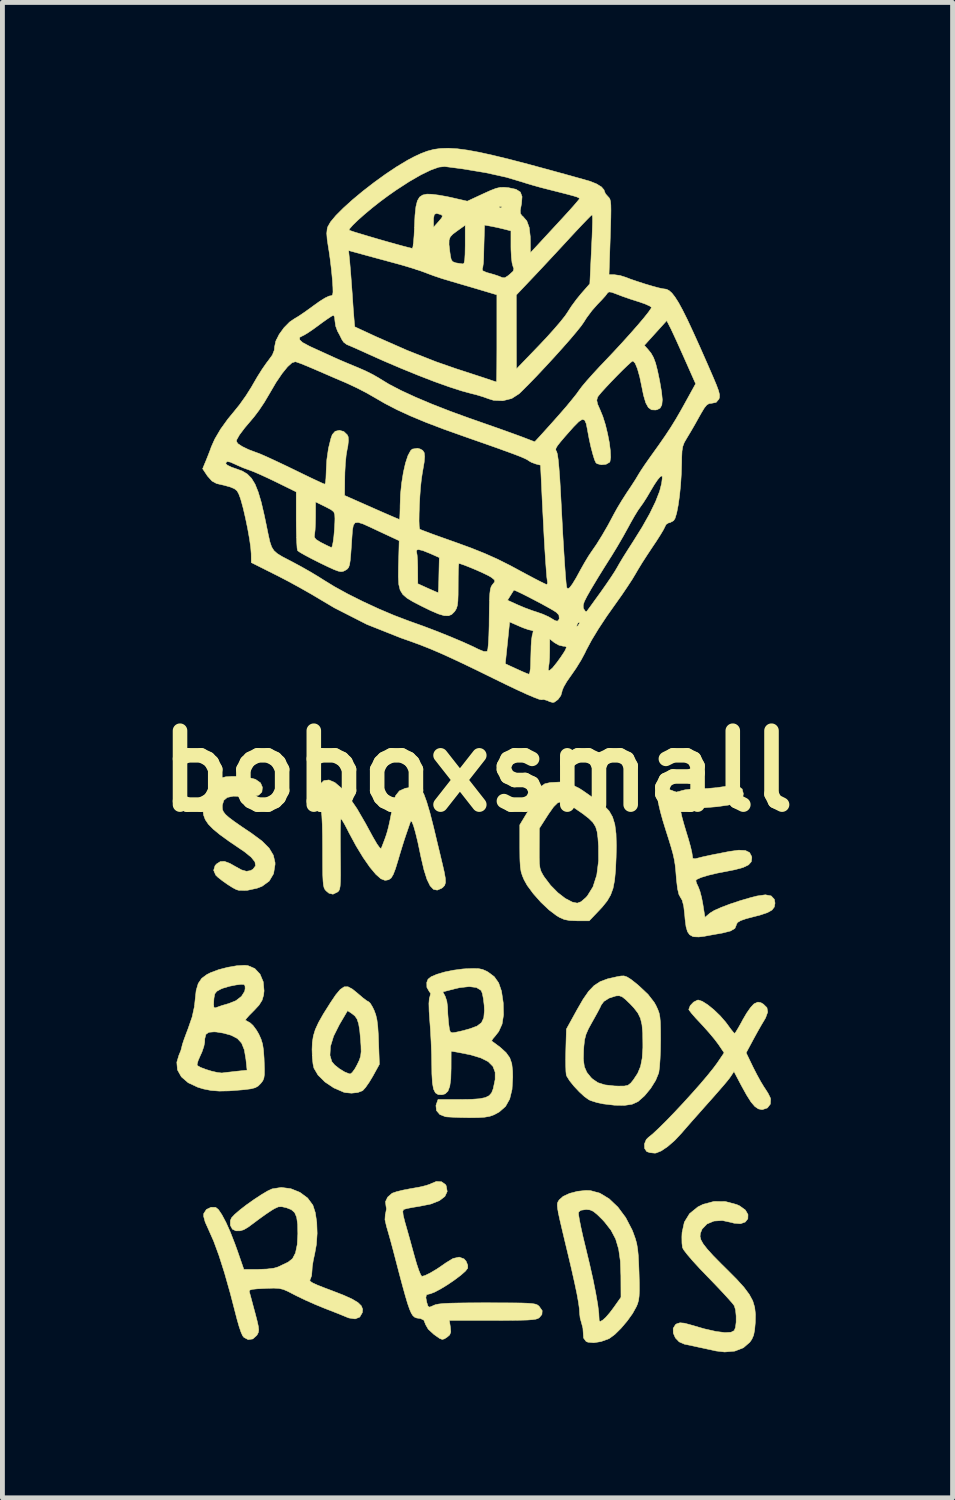
<source format=kicad_pcb>
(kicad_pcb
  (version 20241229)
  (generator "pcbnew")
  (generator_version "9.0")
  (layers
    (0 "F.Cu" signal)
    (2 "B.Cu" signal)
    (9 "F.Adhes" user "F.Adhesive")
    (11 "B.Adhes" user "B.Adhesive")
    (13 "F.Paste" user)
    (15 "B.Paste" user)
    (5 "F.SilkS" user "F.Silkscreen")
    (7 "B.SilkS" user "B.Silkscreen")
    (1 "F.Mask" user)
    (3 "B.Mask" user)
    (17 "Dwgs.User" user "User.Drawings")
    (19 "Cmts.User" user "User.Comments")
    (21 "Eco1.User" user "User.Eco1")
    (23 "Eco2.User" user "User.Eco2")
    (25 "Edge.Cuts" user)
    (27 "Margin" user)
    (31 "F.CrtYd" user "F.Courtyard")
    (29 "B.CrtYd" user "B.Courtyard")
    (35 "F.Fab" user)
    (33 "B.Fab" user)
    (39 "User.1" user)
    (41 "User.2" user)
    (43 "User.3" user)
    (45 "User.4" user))
  (footprint "boboxsmall"
    (layer "F.Cu")
    (at 6.793 12.846)
    (property "Reference" "boboxsmall" (at 0 0 0) (layer "F.SilkS") (effects (font (size 1.524 1.524) (thickness 0.3))))
    (attr through_hole)
    (fp_poly (pts (xy -4.747 0.124) (xy -4.577 0.168) (xy -4.472 0.242) (xy -4.434 0.332) (xy -4.445 0.429) (xy -4.508 0.492) (xy -4.628 0.522) (xy -4.81 0.523) (xy -4.851 0.52) (xy -5.034 0.515) (xy -5.158 0.541) (xy -5.23 0.601) (xy -5.26 0.7) (xy -5.261 0.742) (xy -5.257 0.791) (xy -5.237 0.838) (xy -5.196 0.891) (xy -5.124 0.955) (xy -5.015 1.037) (xy -4.86 1.145) (xy -4.652 1.285) (xy -4.648 1.288) (xy -4.439 1.443) (xy -4.295 1.588) (xy -4.209 1.732) (xy -4.174 1.882) (xy -4.173 1.92) (xy -4.204 2.113) (xy -4.294 2.265) (xy -4.442 2.373) (xy -4.543 2.412) (xy -4.755 2.458) (xy -4.919 2.456) (xy -4.971 2.441) (xy -5.047 2.401) (xy -5.153 2.334) (xy -5.263 2.256) (xy -5.353 2.185) (xy -5.396 2.143) (xy -5.439 2.043) (xy -5.41 1.947) (xy -5.377 1.911) (xy -5.301 1.863) (xy -5.216 1.859) (xy -5.106 1.9) (xy -5.002 1.959) (xy -4.864 2.035) (xy -4.762 2.064) (xy -4.678 2.049) (xy -4.628 2.02) (xy -4.576 1.951) (xy -4.588 1.869) (xy -4.667 1.771) (xy -4.814 1.653) (xy -4.871 1.615) (xy -5.117 1.448) (xy -5.308 1.31) (xy -5.449 1.194) (xy -5.548 1.093) (xy -5.612 0.998) (xy -5.647 0.904) (xy -5.66 0.802) (xy -5.66 0.77) (xy -5.635 0.572) (xy -5.553 0.401) (xy -5.412 0.245) (xy -5.332 0.176) (xy -5.266 0.136) (xy -5.191 0.116) (xy -5.082 0.109) (xy -4.98 0.109) (xy -4.747 0.124)) (stroke (width 0.01) (type solid)) (fill yes) (layer "F.SilkS"))
    (fp_poly (pts (xy -2.579 4.492) (xy -2.466 4.584) (xy -2.464 4.586) (xy -2.366 4.67) (xy -2.287 4.73) (xy -2.244 4.753) (xy -2.244 4.753) (xy -2.211 4.784) (xy -2.164 4.862) (xy -2.133 4.926) (xy -2.098 5.019) (xy -2.073 5.126) (xy -2.056 5.263) (xy -2.044 5.449) (xy -2.04 5.57) (xy -2.023 6.042) (xy -2.158 6.287) (xy -2.234 6.413) (xy -2.308 6.519) (xy -2.365 6.582) (xy -2.37 6.586) (xy -2.467 6.623) (xy -2.597 6.637) (xy -2.726 6.625) (xy -2.758 6.617) (xy -2.963 6.528) (xy -3.145 6.406) (xy -3.288 6.264) (xy -3.372 6.121) (xy -3.391 6.035) (xy -3.405 5.903) (xy -3.407 5.857) (xy -3.042 5.857) (xy -3.004 5.986) (xy -2.944 6.057) (xy -2.847 6.134) (xy -2.739 6.2) (xy -2.646 6.237) (xy -2.622 6.241) (xy -2.583 6.211) (xy -2.527 6.134) (xy -2.482 6.052) (xy -2.435 5.954) (xy -2.409 5.872) (xy -2.399 5.782) (xy -2.402 5.66) (xy -2.41 5.542) (xy -2.428 5.345) (xy -2.451 5.206) (xy -2.483 5.11) (xy -2.529 5.044) (xy -2.588 4.997) (xy -2.679 4.937) (xy -2.848 5.224) (xy -2.967 5.462) (xy -3.032 5.675) (xy -3.042 5.857) (xy -3.407 5.857) (xy -3.41 5.753) (xy -3.411 5.74) (xy -3.405 5.591) (xy -3.384 5.458) (xy -3.344 5.326) (xy -3.277 5.18) (xy -3.178 5.005) (xy -3.041 4.788) (xy -3.037 4.781) (xy -2.922 4.61) (xy -2.829 4.499) (xy -2.749 4.445) (xy -2.669 4.444) (xy -2.579 4.492)) (stroke (width 0.01) (type solid)) (fill yes) (layer "F.SilkS"))
    (fp_poly (pts (xy 5.111 8.871) (xy 5.342 8.933) (xy 5.404 8.961) (xy 5.521 9.046) (xy 5.575 9.139) (xy 5.572 9.226) (xy 5.519 9.293) (xy 5.421 9.328) (xy 5.286 9.317) (xy 5.241 9.304) (xy 5.047 9.262) (xy 4.873 9.273) (xy 4.73 9.333) (xy 4.629 9.438) (xy 4.593 9.528) (xy 4.587 9.591) (xy 4.605 9.661) (xy 4.652 9.745) (xy 4.734 9.85) (xy 4.855 9.984) (xy 5.023 10.155) (xy 5.138 10.268) (xy 5.34 10.471) (xy 5.493 10.64) (xy 5.601 10.785) (xy 5.673 10.918) (xy 5.713 11.051) (xy 5.729 11.195) (xy 5.726 11.359) (xy 5.712 11.517) (xy 5.691 11.626) (xy 5.654 11.71) (xy 5.612 11.771) (xy 5.48 11.885) (xy 5.303 11.954) (xy 5.093 11.972) (xy 4.917 11.951) (xy 4.846 11.935) (xy 4.729 11.91) (xy 4.591 11.88) (xy 4.59 11.88) (xy 4.453 11.85) (xy 4.335 11.825) (xy 4.263 11.81) (xy 4.263 11.81) (xy 4.156 11.763) (xy 4.078 11.681) (xy 4.035 11.582) (xy 4.033 11.485) (xy 4.081 11.407) (xy 4.106 11.391) (xy 4.173 11.37) (xy 4.263 11.378) (xy 4.369 11.406) (xy 4.673 11.494) (xy 4.916 11.549) (xy 5.099 11.572) (xy 5.225 11.565) (xy 5.29 11.532) (xy 5.317 11.467) (xy 5.331 11.357) (xy 5.331 11.229) (xy 5.319 11.107) (xy 5.293 11.019) (xy 5.256 10.97) (xy 5.175 10.878) (xy 5.061 10.753) (xy 4.922 10.606) (xy 4.766 10.444) (xy 4.751 10.429) (xy 4.58 10.251) (xy 4.435 10.093) (xy 4.323 9.962) (xy 4.25 9.867) (xy 4.225 9.82) (xy 4.214 9.729) (xy 4.212 9.6) (xy 4.216 9.511) (xy 4.263 9.296) (xy 4.371 9.12) (xy 4.541 8.982) (xy 4.652 8.927) (xy 4.873 8.869) (xy 5.111 8.871)) (stroke (width 0.01) (type solid)) (fill yes) (layer "F.SilkS"))
    (fp_poly (pts (xy 1.908 0.261) (xy 2.101 0.356) (xy 2.182 0.409) (xy 2.302 0.493) (xy 2.408 0.566) (xy 2.478 0.614) (xy 2.48 0.615) (xy 2.612 0.714) (xy 2.712 0.82) (xy 2.783 0.944) (xy 2.83 1.097) (xy 2.855 1.29) (xy 2.862 1.535) (xy 2.857 1.773) (xy 2.845 2.041) (xy 2.825 2.25) (xy 2.793 2.416) (xy 2.743 2.553) (xy 2.671 2.676) (xy 2.572 2.799) (xy 2.508 2.868) (xy 2.302 3.084) (xy 2.049 3.084) (xy 1.899 3.078) (xy 1.791 3.058) (xy 1.694 3.016) (xy 1.633 2.98) (xy 1.473 2.859) (xy 1.306 2.701) (xy 1.15 2.525) (xy 1.023 2.353) (xy 0.961 2.242) (xy 0.924 2.155) (xy 0.898 2.072) (xy 0.883 1.976) (xy 0.875 1.85) (xy 0.873 1.781) (xy 1.272 1.781) (xy 1.276 1.908) (xy 1.288 1.998) (xy 1.31 2.067) (xy 1.346 2.134) (xy 1.374 2.179) (xy 1.505 2.352) (xy 1.655 2.504) (xy 1.809 2.623) (xy 1.955 2.699) (xy 2.056 2.72) (xy 2.134 2.691) (xy 2.23 2.608) (xy 2.264 2.571) (xy 2.38 2.384) (xy 2.458 2.14) (xy 2.495 1.848) (xy 2.494 1.545) (xy 2.482 1.376) (xy 2.465 1.247) (xy 2.434 1.145) (xy 2.379 1.057) (xy 2.293 0.972) (xy 2.166 0.874) (xy 1.99 0.753) (xy 1.933 0.715) (xy 1.821 0.649) (xy 1.731 0.626) (xy 1.651 0.653) (xy 1.568 0.735) (xy 1.469 0.875) (xy 1.448 0.907) (xy 1.274 1.179) (xy 1.272 1.599) (xy 1.272 1.781) (xy 0.873 1.781) (xy 0.872 1.677) (xy 0.871 1.578) (xy 0.871 1.107) (xy 1.054 0.803) (xy 1.139 0.657) (xy 1.216 0.52) (xy 1.271 0.413) (xy 1.287 0.379) (xy 1.328 0.302) (xy 1.387 0.26) (xy 1.49 0.236) (xy 1.505 0.234) (xy 1.717 0.223) (xy 1.908 0.261)) (stroke (width 0.01) (type solid)) (fill yes) (layer "F.SilkS"))
    (fp_poly (pts (xy 2.327 8.645) (xy 2.521 8.698) (xy 2.713 8.814) (xy 2.894 8.986) (xy 3.055 9.203) (xy 3.187 9.457) (xy 3.212 9.521) (xy 3.252 9.632) (xy 3.281 9.735) (xy 3.3 9.848) (xy 3.314 9.987) (xy 3.323 10.17) (xy 3.329 10.327) (xy 3.335 10.544) (xy 3.336 10.703) (xy 3.331 10.818) (xy 3.32 10.904) (xy 3.3 10.976) (xy 3.276 11.034) (xy 3.197 11.177) (xy 3.086 11.332) (xy 2.959 11.482) (xy 2.832 11.608) (xy 2.72 11.691) (xy 2.702 11.7) (xy 2.546 11.757) (xy 2.397 11.781) (xy 2.276 11.77) (xy 2.238 11.754) (xy 2.186 11.684) (xy 2.18 11.599) (xy 2.172 11.48) (xy 2.146 11.382) (xy 2.115 11.271) (xy 2.105 11.18) (xy 2.099 11.081) (xy 2.08 10.946) (xy 2.048 10.768) (xy 2 10.541) (xy 1.936 10.256) (xy 1.866 9.96) (xy 1.795 9.665) (xy 1.74 9.432) (xy 1.698 9.253) (xy 1.669 9.12) (xy 1.664 9.09) (xy 2.081 9.09) (xy 2.083 9.142) (xy 2.101 9.251) (xy 2.132 9.407) (xy 2.174 9.596) (xy 2.225 9.807) (xy 2.309 10.157) (xy 2.381 10.477) (xy 2.437 10.759) (xy 2.478 10.994) (xy 2.5 11.173) (xy 2.504 11.253) (xy 2.508 11.329) (xy 2.53 11.344) (xy 2.583 11.313) (xy 2.645 11.257) (xy 2.728 11.161) (xy 2.81 11.052) (xy 2.957 10.844) (xy 2.955 10.402) (xy 2.944 10.099) (xy 2.909 9.851) (xy 2.847 9.643) (xy 2.751 9.461) (xy 2.618 9.291) (xy 2.575 9.244) (xy 2.466 9.137) (xy 2.387 9.073) (xy 2.319 9.043) (xy 2.244 9.035) (xy 2.238 9.035) (xy 2.128 9.051) (xy 2.081 9.09) (xy 1.664 9.09) (xy 1.652 9.025) (xy 1.645 8.959) (xy 1.646 8.914) (xy 1.655 8.883) (xy 1.67 8.857) (xy 1.684 8.836) (xy 1.766 8.763) (xy 1.9 8.702) (xy 2.062 8.66) (xy 2.233 8.642) (xy 2.327 8.645)) (stroke (width 0.01) (type solid)) (fill yes) (layer "F.SilkS"))
    (fp_poly (pts (xy 4.633 4.744) (xy 4.745 4.815) (xy 4.872 4.918) (xy 5 5.041) (xy 5.114 5.172) (xy 5.153 5.224) (xy 5.222 5.319) (xy 5.276 5.385) (xy 5.299 5.406) (xy 5.324 5.376) (xy 5.372 5.297) (xy 5.437 5.182) (xy 5.467 5.125) (xy 5.547 4.988) (xy 5.626 4.875) (xy 5.692 4.802) (xy 5.706 4.792) (xy 5.779 4.76) (xy 5.841 4.772) (xy 5.892 4.802) (xy 5.966 4.875) (xy 5.981 4.965) (xy 5.938 5.084) (xy 5.903 5.144) (xy 5.844 5.243) (xy 5.767 5.379) (xy 5.687 5.525) (xy 5.678 5.542) (xy 5.537 5.805) (xy 5.68 6.102) (xy 5.758 6.254) (xy 5.838 6.4) (xy 5.906 6.512) (xy 5.922 6.535) (xy 5.988 6.638) (xy 6.034 6.731) (xy 6.042 6.756) (xy 6.036 6.862) (xy 5.975 6.941) (xy 5.872 6.976) (xy 5.862 6.976) (xy 5.789 6.961) (xy 5.716 6.911) (xy 5.636 6.817) (xy 5.544 6.671) (xy 5.438 6.479) (xy 5.286 6.19) (xy 5.228 6.278) (xy 5.197 6.323) (xy 5.149 6.384) (xy 5.078 6.469) (xy 4.978 6.584) (xy 4.846 6.735) (xy 4.673 6.929) (xy 4.527 7.094) (xy 4.414 7.221) (xy 4.31 7.34) (xy 4.23 7.432) (xy 4.209 7.457) (xy 4.066 7.61) (xy 3.921 7.736) (xy 3.787 7.827) (xy 3.678 7.871) (xy 3.651 7.873) (xy 3.554 7.863) (xy 3.488 7.841) (xy 3.444 7.776) (xy 3.441 7.683) (xy 3.478 7.593) (xy 3.522 7.549) (xy 3.61 7.478) (xy 3.734 7.362) (xy 3.887 7.211) (xy 4.058 7.034) (xy 4.238 6.842) (xy 4.418 6.644) (xy 4.589 6.451) (xy 4.74 6.273) (xy 4.863 6.12) (xy 4.94 6.016) (xy 5.083 5.805) (xy 4.967 5.633) (xy 4.888 5.528) (xy 4.777 5.395) (xy 4.653 5.256) (xy 4.603 5.202) (xy 4.497 5.089) (xy 4.414 4.994) (xy 4.364 4.929) (xy 4.354 4.911) (xy 4.384 4.833) (xy 4.453 4.76) (xy 4.534 4.719) (xy 4.552 4.717) (xy 4.633 4.744)) (stroke (width 0.01) (type solid)) (fill yes) (layer "F.SilkS"))
    (fp_poly (pts (xy 3.081 4.241) (xy 3.163 4.292) (xy 3.277 4.382) (xy 3.325 4.423) (xy 3.513 4.599) (xy 3.641 4.764) (xy 3.679 4.831) (xy 3.716 4.911) (xy 3.743 4.985) (xy 3.759 5.067) (xy 3.769 5.175) (xy 3.773 5.323) (xy 3.774 5.526) (xy 3.774 5.543) (xy 3.771 5.745) (xy 3.763 5.934) (xy 3.752 6.092) (xy 3.738 6.201) (xy 3.735 6.219) (xy 3.673 6.371) (xy 3.569 6.538) (xy 3.442 6.692) (xy 3.311 6.808) (xy 3.305 6.812) (xy 3.187 6.865) (xy 3.029 6.889) (xy 2.822 6.885) (xy 2.593 6.858) (xy 2.46 6.83) (xy 2.337 6.791) (xy 2.298 6.774) (xy 2.207 6.71) (xy 2.099 6.611) (xy 1.99 6.495) (xy 1.898 6.381) (xy 1.839 6.286) (xy 1.829 6.258) (xy 1.822 6.19) (xy 1.818 6.067) (xy 1.817 5.943) (xy 2.182 5.943) (xy 2.202 6.091) (xy 2.253 6.208) (xy 2.339 6.315) (xy 2.371 6.345) (xy 2.48 6.42) (xy 2.625 6.466) (xy 2.82 6.488) (xy 2.908 6.491) (xy 3.027 6.49) (xy 3.102 6.474) (xy 3.158 6.43) (xy 3.213 6.362) (xy 3.302 6.227) (xy 3.361 6.084) (xy 3.394 5.916) (xy 3.408 5.702) (xy 3.408 5.624) (xy 3.405 5.398) (xy 3.39 5.228) (xy 3.359 5.096) (xy 3.306 4.986) (xy 3.225 4.881) (xy 3.154 4.805) (xy 3.051 4.705) (xy 2.979 4.649) (xy 2.92 4.629) (xy 2.856 4.632) (xy 2.852 4.633) (xy 2.713 4.677) (xy 2.604 4.746) (xy 2.55 4.819) (xy 2.523 4.877) (xy 2.469 4.98) (xy 2.398 5.108) (xy 2.367 5.163) (xy 2.286 5.31) (xy 2.236 5.425) (xy 2.207 5.536) (xy 2.192 5.671) (xy 2.187 5.746) (xy 2.182 5.943) (xy 1.817 5.943) (xy 1.817 5.908) (xy 1.82 5.745) (xy 1.832 5.316) (xy 2.05 4.92) (xy 2.177 4.7) (xy 2.29 4.537) (xy 2.402 4.42) (xy 2.529 4.337) (xy 2.683 4.28) (xy 2.878 4.236) (xy 2.957 4.222) (xy 3.018 4.22) (xy 3.081 4.241)) (stroke (width 0.01) (type solid)) (fill yes) (layer "F.SilkS"))
    (fp_poly (pts (xy -2.939 0.235) (xy -2.8 0.353) (xy -2.648 0.534) (xy -2.483 0.776) (xy -2.308 1.078) (xy -2.271 1.146) (xy -2.157 1.356) (xy -2.073 1.5) (xy -2.016 1.579) (xy -1.988 1.595) (xy -1.987 1.594) (xy -1.97 1.554) (xy -1.937 1.468) (xy -1.91 1.397) (xy -1.881 1.314) (xy -1.856 1.231) (xy -1.831 1.133) (xy -1.803 1.005) (xy -1.769 0.832) (xy -1.737 0.666) (xy -1.69 0.507) (xy -1.611 0.407) (xy -1.489 0.352) (xy -1.388 0.336) (xy -1.27 0.332) (xy -1.196 0.352) (xy -1.156 0.386) (xy -1.107 0.471) (xy -1.05 0.627) (xy -0.982 0.855) (xy -0.906 1.153) (xy -0.878 1.27) (xy -0.832 1.464) (xy -0.779 1.683) (xy -0.732 1.881) (xy -0.729 1.892) (xy -0.686 2.079) (xy -0.663 2.209) (xy -0.66 2.297) (xy -0.678 2.355) (xy -0.718 2.398) (xy -0.744 2.416) (xy -0.831 2.452) (xy -0.908 2.436) (xy -0.977 2.363) (xy -1.042 2.23) (xy -1.104 2.034) (xy -1.166 1.769) (xy -1.179 1.706) (xy -1.231 1.46) (xy -1.279 1.264) (xy -1.319 1.124) (xy -1.352 1.043) (xy -1.375 1.028) (xy -1.38 1.037) (xy -1.406 1.111) (xy -1.444 1.222) (xy -1.467 1.288) (xy -1.506 1.404) (xy -1.556 1.563) (xy -1.61 1.74) (xy -1.636 1.83) (xy -1.691 2.009) (xy -1.737 2.129) (xy -1.78 2.201) (xy -1.83 2.237) (xy -1.892 2.249) (xy -1.911 2.249) (xy -1.993 2.217) (xy -2.098 2.124) (xy -2.221 1.976) (xy -2.357 1.78) (xy -2.502 1.542) (xy -2.65 1.268) (xy -2.681 1.206) (xy -2.74 1.094) (xy -2.788 1.013) (xy -2.815 0.98) (xy -2.815 0.98) (xy -2.821 1.014) (xy -2.825 1.11) (xy -2.828 1.258) (xy -2.828 1.445) (xy -2.827 1.661) (xy -2.826 1.71) (xy -2.824 1.959) (xy -2.823 2.145) (xy -2.826 2.279) (xy -2.832 2.37) (xy -2.843 2.429) (xy -2.858 2.464) (xy -2.88 2.487) (xy -2.885 2.49) (xy -2.979 2.536) (xy -3.062 2.516) (xy -3.121 2.467) (xy -3.145 2.439) (xy -3.163 2.402) (xy -3.176 2.347) (xy -3.184 2.264) (xy -3.19 2.142) (xy -3.192 1.971) (xy -3.193 1.743) (xy -3.193 1.629) (xy -3.195 1.336) (xy -3.2 1.105) (xy -3.209 0.922) (xy -3.224 0.777) (xy -3.244 0.657) (xy -3.253 0.615) (xy -3.283 0.482) (xy -3.295 0.398) (xy -3.287 0.34) (xy -3.261 0.287) (xy -3.252 0.274) (xy -3.167 0.194) (xy -3.062 0.181) (xy -2.939 0.235)) (stroke (width 0.01) (type solid)) (fill yes) (layer "F.SilkS"))
    (fp_poly (pts (xy 0.021 4.07) (xy 0.104 4.087) (xy 0.182 4.121) (xy 0.218 4.141) (xy 0.345 4.236) (xy 0.435 4.363) (xy 0.494 4.534) (xy 0.528 4.762) (xy 0.53 4.78) (xy 0.536 5.022) (xy 0.506 5.213) (xy 0.437 5.366) (xy 0.37 5.452) (xy 0.314 5.518) (xy 0.292 5.558) (xy 0.293 5.562) (xy 0.467 5.691) (xy 0.587 5.8) (xy 0.664 5.907) (xy 0.706 6.028) (xy 0.723 6.179) (xy 0.726 6.306) (xy 0.711 6.561) (xy 0.663 6.758) (xy 0.578 6.909) (xy 0.449 7.023) (xy 0.345 7.08) (xy 0.255 7.113) (xy 0.148 7.132) (xy 0.005 7.141) (xy -0.181 7.142) (xy -0.351 7.139) (xy -0.502 7.133) (xy -0.615 7.127) (xy -0.658 7.123) (xy -0.776 7.078) (xy -0.846 6.996) (xy -0.857 6.893) (xy -0.849 6.866) (xy -0.814 6.767) (xy -0.362 6.767) (xy -0.13 6.764) (xy 0.04 6.752) (xy 0.159 6.728) (xy 0.239 6.689) (xy 0.29 6.631) (xy 0.322 6.549) (xy 0.324 6.542) (xy 0.363 6.356) (xy 0.363 6.205) (xy 0.317 6.084) (xy 0.22 5.987) (xy 0.067 5.91) (xy -0.147 5.846) (xy -0.426 5.791) (xy -0.544 5.771) (xy -0.545 6.124) (xy -0.551 6.341) (xy -0.572 6.495) (xy -0.61 6.596) (xy -0.668 6.651) (xy -0.732 6.67) (xy -0.811 6.666) (xy -0.868 6.63) (xy -0.907 6.552) (xy -0.93 6.424) (xy -0.941 6.238) (xy -0.943 6.072) (xy -0.947 5.841) (xy -0.957 5.578) (xy -0.971 5.32) (xy -0.982 5.175) (xy -0.998 4.949) (xy -1.002 4.788) (xy -0.994 4.687) (xy -0.983 4.651) (xy -0.966 4.581) (xy -0.989 4.549) (xy -0.715 4.549) (xy -0.666 4.642) (xy -0.633 4.741) (xy -0.617 4.863) (xy -0.617 4.88) (xy -0.612 5.007) (xy -0.6 5.156) (xy -0.594 5.214) (xy -0.578 5.324) (xy -0.559 5.377) (xy -0.521 5.392) (xy -0.458 5.384) (xy -0.357 5.362) (xy -0.225 5.328) (xy -0.151 5.307) (xy -0.008 5.253) (xy 0.082 5.184) (xy 0.129 5.083) (xy 0.142 4.937) (xy 0.137 4.826) (xy 0.121 4.691) (xy 0.099 4.58) (xy 0.074 4.519) (xy -0.022 4.459) (xy -0.171 4.44) (xy -0.367 4.462) (xy -0.464 4.484) (xy -0.715 4.549) (xy -0.989 4.549) (xy -0.999 4.535) (xy -1.044 4.456) (xy -1.046 4.354) (xy -1.02 4.288) (xy -0.956 4.237) (xy -0.836 4.186) (xy -0.676 4.139) (xy -0.493 4.102) (xy -0.304 4.077) (xy -0.248 4.073) (xy -0.089 4.067) (xy 0.021 4.07)) (stroke (width 0.01) (type solid)) (fill yes) (layer "F.SilkS"))
    (fp_poly (pts (xy -4.735 4.007) (xy -4.591 4.068) (xy -4.483 4.184) (xy -4.417 4.341) (xy -4.4 4.528) (xy -4.41 4.616) (xy -4.441 4.722) (xy -4.505 4.824) (xy -4.616 4.943) (xy -4.617 4.943) (xy -4.705 5.032) (xy -4.765 5.099) (xy -4.785 5.131) (xy -4.785 5.131) (xy -4.746 5.155) (xy -4.69 5.185) (xy -4.629 5.24) (xy -4.557 5.337) (xy -4.51 5.417) (xy -4.463 5.521) (xy -4.431 5.624) (xy -4.412 5.748) (xy -4.4 5.916) (xy -4.398 5.972) (xy -4.392 6.14) (xy -4.393 6.252) (xy -4.404 6.327) (xy -4.426 6.381) (xy -4.464 6.431) (xy -4.471 6.439) (xy -4.522 6.49) (xy -4.582 6.524) (xy -4.669 6.547) (xy -4.802 6.564) (xy -4.865 6.57) (xy -5.12 6.59) (xy -5.323 6.594) (xy -5.493 6.581) (xy -5.648 6.55) (xy -5.765 6.515) (xy -5.964 6.422) (xy -6.105 6.3) (xy -6.185 6.157) (xy -6.195 6.041) (xy -5.78 6.041) (xy -5.776 6.067) (xy -5.713 6.104) (xy -5.604 6.146) (xy -5.477 6.185) (xy -5.356 6.212) (xy -5.27 6.221) (xy -5.261 6.22) (xy -5.175 6.209) (xy -5.049 6.195) (xy -4.961 6.185) (xy -4.75 6.163) (xy -4.774 5.939) (xy -4.807 5.743) (xy -4.863 5.605) (xy -4.95 5.51) (xy -5.079 5.444) (xy -5.1 5.437) (xy -5.239 5.399) (xy -5.381 5.376) (xy -5.43 5.373) (xy -5.539 5.382) (xy -5.599 5.425) (xy -5.622 5.516) (xy -5.624 5.585) (xy -5.641 5.674) (xy -5.682 5.793) (xy -5.714 5.862) (xy -5.759 5.965) (xy -5.78 6.041) (xy -6.195 6.041) (xy -6.198 5.998) (xy -6.155 5.855) (xy -6.116 5.761) (xy -6.097 5.691) (xy -6.096 5.684) (xy -6.083 5.631) (xy -6.049 5.529) (xy -5.999 5.394) (xy -5.968 5.313) (xy -5.882 5.065) (xy -5.834 4.844) (xy -5.833 4.829) (xy -5.44 4.829) (xy -5.431 4.875) (xy -5.401 4.878) (xy -5.363 4.864) (xy -5.273 4.832) (xy -5.157 4.798) (xy -5.131 4.791) (xy -4.981 4.731) (xy -4.865 4.641) (xy -4.799 4.536) (xy -4.79 4.478) (xy -4.793 4.422) (xy -4.816 4.396) (xy -4.876 4.394) (xy -4.976 4.406) (xy -5.116 4.434) (xy -5.25 4.474) (xy -5.293 4.492) (xy -5.374 4.537) (xy -5.415 4.589) (xy -5.432 4.676) (xy -5.436 4.726) (xy -5.44 4.829) (xy -5.833 4.829) (xy -5.822 4.724) (xy -5.8 4.522) (xy -5.757 4.376) (xy -5.685 4.27) (xy -5.575 4.189) (xy -5.504 4.154) (xy -5.336 4.091) (xy -5.146 4.042) (xy -4.96 4.01) (xy -4.802 4.001) (xy -4.735 4.007)) (stroke (width 0.01) (type solid)) (fill yes) (layer "F.SilkS"))
    (fp_poly (pts (xy 5.381 0.314) (xy 5.455 0.368) (xy 5.479 0.463) (xy 5.479 0.466) (xy 5.464 0.556) (xy 5.432 0.611) (xy 5.335 0.658) (xy 5.169 0.699) (xy 4.937 0.732) (xy 4.643 0.756) (xy 4.637 0.757) (xy 4.469 0.769) (xy 4.328 0.782) (xy 4.23 0.795) (xy 4.19 0.805) (xy 4.192 0.846) (xy 4.213 0.942) (xy 4.25 1.078) (xy 4.297 1.236) (xy 4.349 1.406) (xy 4.391 1.557) (xy 4.418 1.674) (xy 4.427 1.734) (xy 4.437 1.797) (xy 4.482 1.806) (xy 4.508 1.8) (xy 4.642 1.766) (xy 4.841 1.723) (xy 5.097 1.673) (xy 5.189 1.655) (xy 5.384 1.628) (xy 5.521 1.635) (xy 5.607 1.677) (xy 5.649 1.756) (xy 5.654 1.785) (xy 5.643 1.866) (xy 5.586 1.931) (xy 5.476 1.984) (xy 5.304 2.031) (xy 5.182 2.055) (xy 4.948 2.1) (xy 4.755 2.146) (xy 4.61 2.19) (xy 4.523 2.229) (xy 4.499 2.255) (xy 4.516 2.312) (xy 4.552 2.389) (xy 4.584 2.473) (xy 4.618 2.602) (xy 4.646 2.747) (xy 4.646 2.749) (xy 4.688 3.013) (xy 4.792 2.925) (xy 4.878 2.872) (xy 5.02 2.809) (xy 5.201 2.74) (xy 5.408 2.671) (xy 5.623 2.608) (xy 5.759 2.573) (xy 5.933 2.548) (xy 6.053 2.571) (xy 6.119 2.642) (xy 6.132 2.72) (xy 6.118 2.799) (xy 6.07 2.862) (xy 5.976 2.915) (xy 5.827 2.965) (xy 5.715 2.994) (xy 5.538 3.04) (xy 5.423 3.08) (xy 5.359 3.119) (xy 5.335 3.161) (xy 5.334 3.172) (xy 5.305 3.241) (xy 5.215 3.294) (xy 5.058 3.334) (xy 5.038 3.338) (xy 4.888 3.364) (xy 4.733 3.392) (xy 4.678 3.403) (xy 4.561 3.417) (xy 4.461 3.413) (xy 4.436 3.407) (xy 4.372 3.371) (xy 4.328 3.308) (xy 4.298 3.205) (xy 4.278 3.049) (xy 4.271 2.963) (xy 4.25 2.779) (xy 4.218 2.659) (xy 4.188 2.609) (xy 4.151 2.541) (xy 4.123 2.424) (xy 4.102 2.246) (xy 4.098 2.204) (xy 4.086 2.051) (xy 4.073 1.929) (xy 4.055 1.82) (xy 4.03 1.707) (xy 3.993 1.574) (xy 3.941 1.404) (xy 3.875 1.197) (xy 3.819 1.015) (xy 3.772 0.845) (xy 3.739 0.707) (xy 3.725 0.617) (xy 3.725 0.612) (xy 3.744 0.477) (xy 3.806 0.391) (xy 3.899 0.363) (xy 4.014 0.399) (xy 4.026 0.406) (xy 4.099 0.431) (xy 4.187 0.408) (xy 4.19 0.406) (xy 4.273 0.385) (xy 4.401 0.369) (xy 4.549 0.363) (xy 4.56 0.363) (xy 4.738 0.357) (xy 4.926 0.34) (xy 5.066 0.32) (xy 5.253 0.298) (xy 5.381 0.314)) (stroke (width 0.01) (type solid)) (fill yes) (layer "F.SilkS"))
    (fp_poly (pts (xy -3.848 8.606) (xy -3.66 8.682) (xy -3.502 8.799) (xy -3.394 8.945) (xy -3.344 9.1) (xy -3.314 9.301) (xy -3.306 9.527) (xy -3.321 9.753) (xy -3.355 9.942) (xy -3.386 10.085) (xy -3.407 10.219) (xy -3.412 10.3) (xy -3.42 10.397) (xy -3.444 10.465) (xy -3.445 10.466) (xy -3.458 10.492) (xy -3.444 10.518) (xy -3.395 10.55) (xy -3.303 10.592) (xy -3.158 10.649) (xy -3.004 10.707) (xy -2.764 10.8) (xy -2.587 10.88) (xy -2.467 10.951) (xy -2.396 11.02) (xy -2.368 11.09) (xy -2.374 11.159) (xy -2.428 11.252) (xy -2.523 11.29) (xy -2.651 11.271) (xy -2.685 11.258) (xy -2.774 11.221) (xy -2.908 11.167) (xy -3.067 11.105) (xy -3.164 11.067) (xy -3.351 10.99) (xy -3.549 10.902) (xy -3.724 10.818) (xy -3.781 10.789) (xy -3.908 10.723) (xy -4.003 10.682) (xy -4.091 10.662) (xy -4.197 10.656) (xy -4.346 10.66) (xy -4.383 10.662) (xy -4.541 10.67) (xy -4.64 10.68) (xy -4.69 10.695) (xy -4.705 10.718) (xy -4.702 10.735) (xy -4.686 10.794) (xy -4.656 10.905) (xy -4.617 11.051) (xy -4.586 11.165) (xy -4.543 11.331) (xy -4.518 11.444) (xy -4.51 11.517) (xy -4.518 11.569) (xy -4.54 11.613) (xy -4.549 11.628) (xy -4.632 11.703) (xy -4.728 11.717) (xy -4.815 11.671) (xy -4.841 11.639) (xy -4.874 11.566) (xy -4.915 11.446) (xy -4.957 11.299) (xy -4.97 11.249) (xy -5.095 10.767) (xy -5.215 10.343) (xy -5.33 9.982) (xy -5.439 9.686) (xy -5.539 9.46) (xy -5.614 9.293) (xy -5.646 9.175) (xy -5.644 9.12) (xy -5.589 9.035) (xy -5.493 8.989) (xy -5.397 8.991) (xy -5.341 9.036) (xy -5.269 9.143) (xy -5.185 9.301) (xy -5.095 9.502) (xy -5.003 9.738) (xy -4.95 9.884) (xy -4.817 10.269) (xy -4.516 10.269) (xy -4.34 10.262) (xy -4.196 10.244) (xy -4.112 10.219) (xy -3.999 10.165) (xy -3.904 10.12) (xy -3.813 10.048) (xy -3.752 9.93) (xy -3.716 9.757) (xy -3.704 9.539) (xy -3.708 9.338) (xy -3.728 9.195) (xy -3.769 9.099) (xy -3.838 9.038) (xy -3.934 9) (xy -4.033 8.977) (xy -4.106 8.98) (xy -4.185 9.016) (xy -4.25 9.055) (xy -4.366 9.133) (xy -4.504 9.232) (xy -4.608 9.31) (xy -4.73 9.4) (xy -4.819 9.452) (xy -4.894 9.474) (xy -4.977 9.475) (xy -4.981 9.475) (xy -5.054 9.439) (xy -5.095 9.36) (xy -5.095 9.265) (xy -5.071 9.207) (xy -5.008 9.139) (xy -4.899 9.045) (xy -4.761 8.938) (xy -4.608 8.83) (xy -4.458 8.731) (xy -4.327 8.653) (xy -4.235 8.61) (xy -4.046 8.58) (xy -3.848 8.606)) (stroke (width 0.01) (type solid)) (fill yes) (layer "F.SilkS"))
    (fp_poly (pts (xy -0.742 8.463) (xy -0.662 8.519) (xy -0.646 8.546) (xy -0.625 8.663) (xy -0.673 8.766) (xy -0.787 8.853) (xy -0.963 8.922) (xy -1.192 8.968) (xy -1.333 8.991) (xy -1.448 9.013) (xy -1.517 9.032) (xy -1.524 9.035) (xy -1.541 9.073) (xy -1.532 9.155) (xy -1.497 9.294) (xy -1.492 9.311) (xy -1.452 9.451) (xy -1.4 9.635) (xy -1.345 9.836) (xy -1.303 9.988) (xy -1.256 10.152) (xy -1.211 10.286) (xy -1.173 10.378) (xy -1.148 10.414) (xy -1.147 10.414) (xy -1.078 10.394) (xy -0.969 10.34) (xy -0.838 10.262) (xy -0.704 10.171) (xy -0.658 10.138) (xy -0.506 10.045) (xy -0.378 10.016) (xy -0.278 10.053) (xy -0.236 10.1) (xy -0.202 10.183) (xy -0.202 10.244) (xy -0.249 10.305) (xy -0.345 10.39) (xy -0.473 10.486) (xy -0.616 10.584) (xy -0.759 10.671) (xy -0.885 10.738) (xy -0.978 10.774) (xy -1.001 10.777) (xy -1.053 10.794) (xy -1.065 10.852) (xy -1.046 10.95) (xy -1.021 11.028) (xy -0.988 11.048) (xy -0.923 11.021) (xy -0.908 11.013) (xy -0.864 10.996) (xy -0.798 10.983) (xy -0.703 10.973) (xy -0.57 10.966) (xy -0.391 10.962) (xy -0.157 10.959) (xy 0.14 10.958) (xy 0.198 10.958) (xy 0.494 10.959) (xy 0.726 10.96) (xy 0.903 10.962) (xy 1.032 10.967) (xy 1.124 10.974) (xy 1.186 10.984) (xy 1.227 10.998) (xy 1.255 11.017) (xy 1.27 11.031) (xy 1.333 11.12) (xy 1.327 11.199) (xy 1.276 11.261) (xy 1.248 11.28) (xy 1.203 11.295) (xy 1.134 11.305) (xy 1.032 11.313) (xy 0.887 11.317) (xy 0.69 11.32) (xy 0.433 11.321) (xy 0.314 11.321) (xy -0.581 11.321) (xy -0.559 11.462) (xy -0.551 11.56) (xy -0.574 11.62) (xy -0.621 11.661) (xy -0.681 11.701) (xy -0.727 11.713) (xy -0.779 11.694) (xy -0.86 11.637) (xy -0.902 11.607) (xy -1.016 11.502) (xy -1.074 11.401) (xy -1.076 11.391) (xy -1.107 11.315) (xy -1.174 11.283) (xy -1.21 11.278) (xy -1.255 11.271) (xy -1.294 11.256) (xy -1.33 11.226) (xy -1.364 11.174) (xy -1.4 11.092) (xy -1.441 10.974) (xy -1.489 10.812) (xy -1.548 10.6) (xy -1.62 10.33) (xy -1.688 10.069) (xy -1.74 9.87) (xy -1.791 9.681) (xy -1.836 9.521) (xy -1.869 9.407) (xy -1.875 9.388) (xy -1.908 9.245) (xy -1.901 9.137) (xy -1.894 9.113) (xy -1.877 9.023) (xy -1.887 8.96) (xy -1.897 8.873) (xy -1.852 8.78) (xy -1.765 8.704) (xy -1.753 8.697) (xy -1.669 8.668) (xy -1.539 8.636) (xy -1.385 8.606) (xy -1.343 8.599) (xy -1.192 8.572) (xy -1.063 8.541) (xy -0.977 8.512) (xy -0.963 8.504) (xy -0.85 8.457) (xy -0.742 8.463)) (stroke (width 0.01) (type solid)) (fill yes) (layer "F.SilkS"))
    (fp_poly (pts (xy -0.42 -12.83) (xy -0.209 -12.802) (xy 0.037 -12.757) (xy 0.325 -12.693) (xy 0.662 -12.611) (xy 1.053 -12.509) (xy 1.507 -12.386) (xy 1.597 -12.361) (xy 1.804 -12.304) (xy 1.995 -12.251) (xy 2.156 -12.206) (xy 2.272 -12.173) (xy 2.318 -12.16) (xy 2.452 -12.106) (xy 2.555 -12.043) (xy 2.608 -11.981) (xy 2.613 -11.961) (xy 2.637 -11.903) (xy 2.687 -11.846) (xy 2.711 -11.821) (xy 2.729 -11.79) (xy 2.741 -11.743) (xy 2.748 -11.671) (xy 2.75 -11.563) (xy 2.748 -11.409) (xy 2.742 -11.2) (xy 2.736 -11.006) (xy 2.71 -10.233) (xy 2.824 -10.233) (xy 2.938 -10.217) (xy 3.056 -10.18) (xy 3.159 -10.14) (xy 3.298 -10.093) (xy 3.452 -10.043) (xy 3.604 -9.998) (xy 3.733 -9.963) (xy 3.821 -9.944) (xy 3.84 -9.942) (xy 3.894 -9.934) (xy 3.948 -9.907) (xy 4.006 -9.856) (xy 4.069 -9.775) (xy 4.142 -9.661) (xy 4.226 -9.507) (xy 4.325 -9.309) (xy 4.44 -9.062) (xy 4.576 -8.762) (xy 4.735 -8.402) (xy 4.852 -8.133) (xy 4.924 -7.962) (xy 4.968 -7.843) (xy 4.988 -7.762) (xy 4.987 -7.705) (xy 4.976 -7.67) (xy 4.918 -7.602) (xy 4.829 -7.584) (xy 4.774 -7.577) (xy 4.727 -7.55) (xy 4.677 -7.49) (xy 4.613 -7.384) (xy 4.567 -7.303) (xy 4.482 -7.15) (xy 4.395 -7) (xy 4.323 -6.88) (xy 4.311 -6.86) (xy 4.261 -6.774) (xy 4.231 -6.694) (xy 4.215 -6.598) (xy 4.209 -6.464) (xy 4.208 -6.37) (xy 4.201 -6.136) (xy 4.186 -5.901) (xy 4.164 -5.679) (xy 4.136 -5.481) (xy 4.105 -5.321) (xy 4.071 -5.21) (xy 4.042 -5.164) (xy 3.971 -5.125) (xy 3.933 -5.116) (xy 3.887 -5.086) (xy 3.863 -5.039) (xy 3.833 -4.978) (xy 3.771 -4.874) (xy 3.687 -4.742) (xy 3.609 -4.626) (xy 3.501 -4.463) (xy 3.393 -4.296) (xy 3.303 -4.148) (xy 3.262 -4.077) (xy 3.192 -3.96) (xy 3.092 -3.807) (xy 2.978 -3.638) (xy 2.881 -3.501) (xy 2.665 -3.196) (xy 2.492 -2.934) (xy 2.353 -2.705) (xy 2.242 -2.498) (xy 2.214 -2.438) (xy 2.136 -2.292) (xy 2.033 -2.125) (xy 1.928 -1.973) (xy 1.924 -1.968) (xy 1.839 -1.846) (xy 1.775 -1.735) (xy 1.743 -1.657) (xy 1.742 -1.643) (xy 1.717 -1.558) (xy 1.657 -1.476) (xy 1.584 -1.423) (xy 1.551 -1.416) (xy 1.484 -1.434) (xy 1.44 -1.456) (xy 1.361 -1.478) (xy 1.318 -1.472) (xy 1.27 -1.482) (xy 1.165 -1.522) (xy 1.01 -1.588) (xy 0.812 -1.679) (xy 0.579 -1.79) (xy 0.35 -1.902) (xy 0.002 -2.073) (xy -0.291 -2.214) (xy 0.572 -2.214) (xy 0.803 -2.108) (xy 0.922 -2.054) (xy 1.014 -2.015) (xy 1.061 -1.998) (xy 1.061 -1.998) (xy 1.077 -2.03) (xy 1.085 -2.083) (xy 1.457 -2.083) (xy 1.485 -2.076) (xy 1.545 -2.127) (xy 1.633 -2.236) (xy 1.637 -2.241) (xy 1.716 -2.35) (xy 1.781 -2.448) (xy 1.809 -2.495) (xy 1.834 -2.554) (xy 1.808 -2.575) (xy 1.766 -2.576) (xy 1.676 -2.598) (xy 1.583 -2.651) (xy 1.488 -2.727) (xy 1.487 -2.479) (xy 1.484 -2.34) (xy 1.475 -2.22) (xy 1.465 -2.15) (xy 1.457 -2.083) (xy 1.085 -2.083) (xy 1.09 -2.112) (xy 1.094 -2.186) (xy 1.098 -2.343) (xy 1.103 -2.514) (xy 1.104 -2.576) (xy 1.112 -2.7) (xy 1.127 -2.801) (xy 1.139 -2.839) (xy 1.148 -2.891) (xy 1.112 -2.903) (xy 1.049 -2.917) (xy 0.946 -2.953) (xy 0.881 -2.98) (xy 2.041 -2.98) (xy 2.068 -2.997) (xy 2.073 -3.002) (xy 2.101 -3.05) (xy 2.098 -3.067) (xy 2.071 -3.056) (xy 2.052 -3.022) (xy 2.041 -2.98) (xy 0.881 -2.98) (xy 0.858 -2.99) (xy 0.662 -3.076) (xy 0.639 -2.853) (xy 0.622 -2.687) (xy 0.603 -2.509) (xy 0.594 -2.422) (xy 0.572 -2.214) (xy -0.291 -2.214) (xy -0.293 -2.215) (xy -0.547 -2.334) (xy -0.77 -2.435) (xy -0.974 -2.522) (xy -1.171 -2.6) (xy -1.372 -2.674) (xy -1.588 -2.75) (xy -1.6 -2.755) (xy -2.282 -3.026) (xy -2.949 -3.366) (xy -3.222 -3.528) (xy -3.42 -3.646) (xy -3.656 -3.78) (xy -3.901 -3.914) (xy -4.128 -4.032) (xy -4.155 -4.045) (xy -4.663 -4.3) (xy -4.665 -4.481) (xy -4.675 -4.612) (xy -4.701 -4.792) (xy -4.738 -5) (xy -4.783 -5.217) (xy -4.83 -5.42) (xy -4.877 -5.591) (xy -4.891 -5.634) (xy -4.923 -5.719) (xy -4.958 -5.78) (xy -5.013 -5.823) (xy -5.099 -5.859) (xy -5.231 -5.895) (xy -5.379 -5.929) (xy -5.474 -5.981) (xy -5.566 -6.084) (xy -5.572 -6.093) (xy -5.666 -6.234) (xy -5.622 -6.341) (xy -5.189 -6.341) (xy -5.157 -6.308) (xy -5.073 -6.267) (xy -4.973 -6.232) (xy -4.849 -6.187) (xy -4.746 -6.125) (xy -4.66 -6.038) (xy -4.586 -5.917) (xy -4.521 -5.755) (xy -4.458 -5.543) (xy -4.395 -5.272) (xy -4.355 -5.08) (xy -4.313 -4.875) (xy -4.28 -4.728) (xy -4.244 -4.622) (xy -4.196 -4.546) (xy -4.126 -4.484) (xy -4.025 -4.422) (xy -3.883 -4.348) (xy -3.827 -4.319) (xy -3.641 -4.219) (xy -3.449 -4.11) (xy -3.277 -4.007) (xy -3.175 -3.942) (xy -2.948 -3.803) (xy -2.671 -3.651) (xy -2.361 -3.496) (xy -2.037 -3.346) (xy -1.719 -3.211) (xy -1.424 -3.099) (xy -1.394 -3.088) (xy -1.114 -2.988) (xy -0.827 -2.879) (xy -0.549 -2.767) (xy -0.296 -2.66) (xy -0.085 -2.564) (xy 0.018 -2.513) (xy 0.13 -2.467) (xy 0.195 -2.469) (xy 0.2 -2.472) (xy 0.213 -2.52) (xy 0.224 -2.63) (xy 0.233 -2.792) (xy 0.239 -2.996) (xy 0.24 -3.142) (xy 0.243 -3.375) (xy 0.247 -3.524) (xy 0.618 -3.524) (xy 0.823 -3.431) (xy 0.972 -3.368) (xy 1.131 -3.309) (xy 1.212 -3.283) (xy 1.344 -3.237) (xy 1.464 -3.183) (xy 1.506 -3.159) (xy 1.596 -3.105) (xy 1.645 -3.092) (xy 1.672 -3.117) (xy 1.685 -3.146) (xy 1.677 -3.219) (xy 1.626 -3.273) (xy 1.566 -3.312) (xy 1.464 -3.371) (xy 1.363 -3.426) (xy 2.179 -3.426) (xy 2.179 -3.374) (xy 2.188 -3.346) (xy 2.224 -3.294) (xy 2.25 -3.292) (xy 2.279 -3.331) (xy 2.341 -3.416) (xy 2.428 -3.537) (xy 2.532 -3.68) (xy 2.547 -3.701) (xy 2.657 -3.858) (xy 2.757 -4.005) (xy 2.836 -4.127) (xy 2.883 -4.207) (xy 2.884 -4.209) (xy 2.929 -4.288) (xy 3.003 -4.411) (xy 3.098 -4.562) (xy 3.202 -4.724) (xy 3.209 -4.735) (xy 3.393 -5.03) (xy 3.549 -5.307) (xy 3.671 -5.558) (xy 3.754 -5.771) (xy 3.795 -5.933) (xy 3.808 -6.037) (xy 3.806 -6.083) (xy 3.785 -6.082) (xy 3.76 -6.063) (xy 3.712 -6.007) (xy 3.645 -5.908) (xy 3.572 -5.786) (xy 3.568 -5.779) (xy 3.491 -5.648) (xy 3.415 -5.529) (xy 3.358 -5.449) (xy 3.306 -5.375) (xy 3.233 -5.256) (xy 3.151 -5.111) (xy 3.105 -5.026) (xy 3.001 -4.838) (xy 2.879 -4.628) (xy 2.762 -4.436) (xy 2.733 -4.391) (xy 2.62 -4.212) (xy 2.493 -4.007) (xy 2.375 -3.811) (xy 2.342 -3.756) (xy 2.255 -3.603) (xy 2.202 -3.498) (xy 2.179 -3.426) (xy 1.363 -3.426) (xy 1.333 -3.443) (xy 1.189 -3.519) (xy 1.045 -3.594) (xy 0.916 -3.659) (xy 0.815 -3.707) (xy 0.757 -3.731) (xy 0.748 -3.731) (xy 0.725 -3.695) (xy 0.681 -3.625) (xy 0.679 -3.622) (xy 0.618 -3.524) (xy 0.247 -3.524) (xy 0.247 -3.546) (xy 0.254 -3.667) (xy 0.265 -3.749) (xy 0.281 -3.804) (xy 0.304 -3.841) (xy 0.312 -3.85) (xy 0.355 -3.905) (xy 0.349 -3.943) (xy 0.289 -3.993) (xy 0.228 -4.029) (xy 0.123 -4.08) (xy -0.007 -4.139) (xy -0.143 -4.196) (xy -0.264 -4.244) (xy -0.353 -4.275) (xy -0.384 -4.282) (xy -0.39 -4.248) (xy -0.395 -4.155) (xy -0.398 -4.017) (xy -0.399 -3.849) (xy -0.399 -3.833) (xy -0.4 -3.641) (xy -0.405 -3.506) (xy -0.416 -3.415) (xy -0.435 -3.352) (xy -0.464 -3.303) (xy -0.474 -3.289) (xy -0.532 -3.231) (xy -0.599 -3.203) (xy -0.687 -3.206) (xy -0.805 -3.241) (xy -0.966 -3.31) (xy -1.152 -3.401) (xy -1.327 -3.491) (xy -1.454 -3.568) (xy -1.541 -3.644) (xy -1.595 -3.733) (xy -1.623 -3.848) (xy -1.632 -4.005) (xy -1.63 -4.215) (xy -1.627 -4.308) (xy -1.62 -4.553) (xy -1.26 -4.553) (xy -1.256 -4.515) (xy -1.245 -4.453) (xy -1.237 -4.34) (xy -1.233 -4.198) (xy -1.233 -4.161) (xy -1.231 -3.864) (xy -1.024 -3.77) (xy -0.915 -3.722) (xy -0.838 -3.689) (xy -0.81 -3.68) (xy -0.806 -3.716) (xy -0.802 -3.808) (xy -0.798 -3.942) (xy -0.796 -4.044) (xy -0.788 -4.403) (xy -0.979 -4.488) (xy -1.129 -4.548) (xy -1.222 -4.569) (xy -1.26 -4.553) (xy -1.62 -4.553) (xy -1.615 -4.751) (xy -2.006 -4.933) (xy -2.212 -5.03) (xy -2.36 -5.097) (xy -2.461 -5.128) (xy -2.524 -5.12) (xy -2.56 -5.068) (xy -2.578 -4.967) (xy -2.589 -4.815) (xy -2.598 -4.675) (xy -2.612 -4.48) (xy -2.624 -4.345) (xy -2.638 -4.256) (xy -2.657 -4.201) (xy -2.683 -4.168) (xy -2.721 -4.143) (xy -2.727 -4.139) (xy -2.77 -4.119) (xy -2.814 -4.113) (xy -2.872 -4.124) (xy -2.958 -4.156) (xy -3.083 -4.213) (xy -3.253 -4.295) (xy -3.415 -4.377) (xy -3.553 -4.45) (xy -3.655 -4.508) (xy -3.706 -4.544) (xy -3.709 -4.548) (xy -3.719 -4.597) (xy -3.726 -4.705) (xy -3.731 -4.822) (xy -3.363 -4.822) (xy -3.328 -4.776) (xy -3.243 -4.723) (xy -3.206 -4.703) (xy -3.104 -4.652) (xy -3.031 -4.618) (xy -3.008 -4.61) (xy -2.993 -4.642) (xy -2.976 -4.727) (xy -2.962 -4.831) (xy -2.949 -4.982) (xy -2.941 -5.129) (xy -2.939 -5.205) (xy -2.943 -5.289) (xy -2.963 -5.345) (xy -3.017 -5.389) (xy -3.119 -5.443) (xy -3.139 -5.453) (xy -3.338 -5.551) (xy -3.339 -5.252) (xy -3.342 -5.102) (xy -3.348 -4.972) (xy -3.358 -4.885) (xy -3.36 -4.874) (xy -3.363 -4.822) (xy -3.731 -4.822) (xy -3.732 -4.86) (xy -3.736 -5.047) (xy -3.737 -5.173) (xy -3.737 -5.757) (xy -4.146 -5.958) (xy -4.317 -6.04) (xy -4.48 -6.115) (xy -4.614 -6.173) (xy -4.699 -6.205) (xy -4.833 -6.254) (xy -4.967 -6.313) (xy -4.979 -6.319) (xy -5.096 -6.371) (xy -5.162 -6.383) (xy -5.188 -6.354) (xy -5.189 -6.341) (xy -5.622 -6.341) (xy -5.593 -6.41) (xy -5.545 -6.531) (xy -5.504 -6.638) (xy -5.491 -6.677) (xy -5.437 -6.799) (xy -4.971 -6.799) (xy -4.939 -6.751) (xy -4.85 -6.692) (xy -4.72 -6.629) (xy -4.563 -6.57) (xy -4.554 -6.567) (xy -4.475 -6.537) (xy -4.345 -6.48) (xy -4.176 -6.402) (xy -3.983 -6.311) (xy -3.79 -6.218) (xy -3.595 -6.123) (xy -3.423 -6.04) (xy -3.284 -5.975) (xy -3.188 -5.931) (xy -3.146 -5.915) (xy -3.146 -5.915) (xy -3.134 -5.948) (xy -3.125 -6.036) (xy -3.12 -6.163) (xy -3.119 -6.196) (xy -3.106 -6.423) (xy -3.073 -6.653) (xy -3.023 -6.856) (xy -2.994 -6.938) (xy -2.934 -7.006) (xy -2.847 -7.026) (xy -2.756 -7.001) (xy -2.685 -6.933) (xy -2.666 -6.892) (xy -2.661 -6.815) (xy -2.673 -6.7) (xy -2.688 -6.629) (xy -2.708 -6.51) (xy -2.724 -6.344) (xy -2.734 -6.16) (xy -2.736 -6.062) (xy -2.74 -5.683) (xy -2.181 -5.436) (xy -1.996 -5.354) (xy -1.835 -5.284) (xy -1.71 -5.23) (xy -1.631 -5.197) (xy -1.61 -5.189) (xy -1.603 -5.222) (xy -1.599 -5.311) (xy -1.596 -5.437) (xy -1.596 -5.47) (xy -1.588 -5.704) (xy -1.564 -5.937) (xy -1.529 -6.157) (xy -1.485 -6.35) (xy -1.434 -6.505) (xy -1.379 -6.607) (xy -1.344 -6.639) (xy -1.238 -6.656) (xy -1.182 -6.641) (xy -1.13 -6.612) (xy -1.099 -6.565) (xy -1.09 -6.486) (xy -1.1 -6.366) (xy -1.13 -6.19) (xy -1.14 -6.132) (xy -1.158 -6.01) (xy -1.175 -5.852) (xy -1.188 -5.673) (xy -1.198 -5.488) (xy -1.204 -5.312) (xy -1.206 -5.16) (xy -1.202 -5.048) (xy -1.193 -4.991) (xy -1.191 -4.988) (xy -1.152 -4.971) (xy -1.055 -4.934) (xy -0.911 -4.88) (xy -0.729 -4.815) (xy -0.521 -4.741) (xy -0.461 -4.72) (xy -0.132 -4.6) (xy 0.15 -4.487) (xy 0.41 -4.371) (xy 0.673 -4.239) (xy 0.823 -4.158) (xy 1.009 -4.058) (xy 1.173 -3.971) (xy 1.305 -3.903) (xy 1.394 -3.86) (xy 1.428 -3.846) (xy 1.445 -3.876) (xy 1.438 -3.928) (xy 1.429 -3.993) (xy 1.418 -4.124) (xy 1.404 -4.314) (xy 1.388 -4.558) (xy 1.371 -4.848) (xy 1.354 -5.179) (xy 1.335 -5.543) (xy 1.321 -5.848) (xy 1.299 -6.308) (xy 1.203 -6.332) (xy 1.111 -6.366) (xy 1.056 -6.398) (xy 1.025 -6.42) (xy 0.972 -6.446) (xy 0.892 -6.481) (xy 0.778 -6.525) (xy 0.624 -6.582) (xy 0.508 -6.624) (xy 1.611 -6.624) (xy 1.623 -6.599) (xy 1.63 -6.589) (xy 1.646 -6.536) (xy 1.663 -6.421) (xy 1.679 -6.252) (xy 1.695 -6.04) (xy 1.707 -5.837) (xy 1.734 -5.331) (xy 1.757 -4.896) (xy 1.779 -4.532) (xy 1.798 -4.239) (xy 1.814 -4.018) (xy 1.827 -3.869) (xy 1.838 -3.792) (xy 1.84 -3.784) (xy 1.863 -3.761) (xy 1.901 -3.784) (xy 1.956 -3.858) (xy 2.035 -3.988) (xy 2.124 -4.152) (xy 2.204 -4.294) (xy 2.285 -4.429) (xy 2.352 -4.529) (xy 2.357 -4.536) (xy 2.454 -4.677) (xy 2.569 -4.862) (xy 2.689 -5.069) (xy 2.8 -5.277) (xy 2.81 -5.296) (xy 2.882 -5.426) (xy 2.976 -5.582) (xy 3.074 -5.735) (xy 3.084 -5.75) (xy 3.173 -5.883) (xy 3.253 -6.007) (xy 3.309 -6.1) (xy 3.317 -6.114) (xy 3.366 -6.193) (xy 3.444 -6.31) (xy 3.537 -6.443) (xy 3.574 -6.495) (xy 3.74 -6.727) (xy 3.873 -6.919) (xy 3.985 -7.089) (xy 4.088 -7.256) (xy 4.192 -7.436) (xy 4.27 -7.576) (xy 4.496 -7.986) (xy 4.267 -8.502) (xy 4.182 -8.692) (xy 4.102 -8.87) (xy 4.033 -9.019) (xy 3.984 -9.124) (xy 3.969 -9.152) (xy 3.9 -9.287) (xy 3.438 -8.777) (xy 3.511 -8.697) (xy 3.576 -8.617) (xy 3.627 -8.527) (xy 3.67 -8.412) (xy 3.71 -8.256) (xy 3.754 -8.046) (xy 3.757 -8.029) (xy 3.794 -7.812) (xy 3.809 -7.655) (xy 3.799 -7.549) (xy 3.763 -7.484) (xy 3.701 -7.451) (xy 3.67 -7.445) (xy 3.587 -7.449) (xy 3.521 -7.496) (xy 3.468 -7.592) (xy 3.422 -7.747) (xy 3.39 -7.904) (xy 3.344 -8.126) (xy 3.296 -8.296) (xy 3.25 -8.407) (xy 3.207 -8.454) (xy 3.201 -8.455) (xy 3.164 -8.43) (xy 3.09 -8.363) (xy 2.989 -8.266) (xy 2.874 -8.15) (xy 2.755 -8.027) (xy 2.644 -7.909) (xy 2.552 -7.808) (xy 2.491 -7.734) (xy 2.474 -7.708) (xy 2.458 -7.646) (xy 2.475 -7.565) (xy 2.524 -7.454) (xy 2.582 -7.313) (xy 2.636 -7.142) (xy 2.681 -6.956) (xy 2.717 -6.772) (xy 2.738 -6.604) (xy 2.744 -6.469) (xy 2.73 -6.382) (xy 2.722 -6.368) (xy 2.649 -6.326) (xy 2.552 -6.316) (xy 2.465 -6.338) (xy 2.44 -6.359) (xy 2.412 -6.419) (xy 2.377 -6.533) (xy 2.338 -6.68) (xy 2.302 -6.843) (xy 2.272 -7.002) (xy 2.268 -7.027) (xy 2.241 -7.163) (xy 2.208 -7.237) (xy 2.159 -7.251) (xy 2.087 -7.205) (xy 1.983 -7.1) (xy 1.94 -7.052) (xy 1.802 -6.896) (xy 1.707 -6.784) (xy 1.647 -6.708) (xy 1.618 -6.658) (xy 1.611 -6.624) (xy 0.508 -6.624) (xy 0.423 -6.655) (xy 0.168 -6.745) (xy -0.147 -6.855) (xy -0.272 -6.899) (xy -0.699 -7.051) (xy -1.066 -7.191) (xy -1.383 -7.323) (xy -1.661 -7.451) (xy -1.91 -7.58) (xy -2.117 -7.7) (xy -2.288 -7.798) (xy -2.49 -7.902) (xy -2.686 -7.994) (xy -2.734 -8.015) (xy -2.925 -8.096) (xy -3.137 -8.188) (xy -3.331 -8.272) (xy -3.375 -8.291) (xy -3.519 -8.352) (xy -3.645 -8.403) (xy -3.733 -8.434) (xy -3.756 -8.44) (xy -3.824 -8.419) (xy -3.916 -8.336) (xy -4.027 -8.199) (xy -4.153 -8.014) (xy -4.287 -7.785) (xy -4.297 -7.768) (xy -4.394 -7.604) (xy -4.505 -7.438) (xy -4.609 -7.3) (xy -4.637 -7.267) (xy -4.799 -7.076) (xy -4.908 -6.931) (xy -4.963 -6.833) (xy -4.971 -6.799) (xy -5.437 -6.799) (xy -5.414 -6.849) (xy -5.296 -7.05) (xy -5.147 -7.257) (xy -5.025 -7.405) (xy -4.904 -7.555) (xy -4.774 -7.738) (xy -4.659 -7.92) (xy -4.63 -7.971) (xy -4.537 -8.131) (xy -4.438 -8.288) (xy -4.349 -8.416) (xy -4.317 -8.457) (xy -4.229 -8.578) (xy -4.189 -8.679) (xy -4.183 -8.747) (xy -4.158 -8.865) (xy -4.143 -8.895) (xy -3.669 -8.895) (xy -3.606 -8.836) (xy -3.472 -8.764) (xy -3.435 -8.746) (xy -3.275 -8.673) (xy -3.108 -8.597) (xy -2.975 -8.536) (xy -2.845 -8.478) (xy -2.678 -8.407) (xy -2.507 -8.336) (xy -2.473 -8.322) (xy -2.312 -8.252) (xy -2.156 -8.174) (xy -2.032 -8.103) (xy -2.009 -8.088) (xy -1.823 -7.975) (xy -1.577 -7.847) (xy -1.278 -7.709) (xy -0.937 -7.565) (xy -0.563 -7.419) (xy -0.165 -7.274) (xy -0.127 -7.261) (xy 0.121 -7.174) (xy 0.361 -7.09) (xy 0.578 -7.013) (xy 0.761 -6.947) (xy 0.895 -6.898) (xy 0.943 -6.88) (xy 1.179 -6.789) (xy 1.288 -6.907) (xy 1.355 -6.981) (xy 1.456 -7.093) (xy 1.578 -7.229) (xy 1.701 -7.368) (xy 1.828 -7.514) (xy 1.945 -7.656) (xy 2.041 -7.776) (xy 2.098 -7.856) (xy 2.156 -7.933) (xy 2.253 -8.048) (xy 2.379 -8.189) (xy 2.521 -8.343) (xy 2.593 -8.418) (xy 2.79 -8.626) (xy 2.979 -8.83) (xy 3.153 -9.023) (xy 3.306 -9.197) (xy 3.431 -9.345) (xy 3.523 -9.461) (xy 3.575 -9.536) (xy 3.585 -9.561) (xy 3.549 -9.588) (xy 3.461 -9.628) (xy 3.337 -9.672) (xy 3.304 -9.682) (xy 3.145 -9.733) (xy 2.99 -9.787) (xy 2.87 -9.833) (xy 2.867 -9.834) (xy 2.765 -9.872) (xy 2.709 -9.879) (xy 2.679 -9.857) (xy 2.674 -9.849) (xy 2.635 -9.797) (xy 2.56 -9.714) (xy 2.474 -9.625) (xy 2.359 -9.495) (xy 2.248 -9.346) (xy 2.189 -9.253) (xy 2.134 -9.175) (xy 2.037 -9.054) (xy 1.907 -8.9) (xy 1.752 -8.724) (xy 1.58 -8.533) (xy 1.401 -8.339) (xy 1.224 -8.15) (xy 1.055 -7.976) (xy 0.905 -7.826) (xy 0.857 -7.78) (xy 0.705 -7.682) (xy 0.522 -7.636) (xy 0.332 -7.644) (xy 0.228 -7.676) (xy 0.114 -7.717) (xy -0.032 -7.761) (xy -0.127 -7.784) (xy -0.332 -7.84) (xy -0.591 -7.924) (xy -0.893 -8.032) (xy -1.226 -8.161) (xy -1.579 -8.305) (xy -1.942 -8.46) (xy -2.232 -8.59) (xy -2.393 -8.663) (xy -2.534 -8.726) (xy -2.64 -8.772) (xy -2.695 -8.794) (xy -2.759 -8.842) (xy -2.796 -8.898) (xy -2.844 -8.995) (xy -2.886 -9.071) (xy -2.924 -9.175) (xy -2.939 -9.28) (xy -2.947 -9.36) (xy -2.967 -9.398) (xy -2.969 -9.398) (xy -3.01 -9.378) (xy -3.093 -9.323) (xy -3.205 -9.244) (xy -3.265 -9.199) (xy -3.39 -9.108) (xy -3.499 -9.034) (xy -3.576 -8.988) (xy -3.594 -8.98) (xy -3.665 -8.943) (xy -3.669 -8.895) (xy -4.143 -8.895) (xy -4.089 -9.003) (xy -3.989 -9.141) (xy -3.874 -9.258) (xy -3.778 -9.324) (xy -3.689 -9.377) (xy -3.565 -9.461) (xy -3.428 -9.559) (xy -3.381 -9.594) (xy -3.255 -9.684) (xy -3.143 -9.754) (xy -3.063 -9.792) (xy -3.041 -9.797) (xy -3.007 -9.801) (xy -2.987 -9.822) (xy -2.979 -9.875) (xy -2.981 -9.971) (xy -2.991 -10.126) (xy -2.992 -10.133) (xy -3.011 -10.334) (xy -3.038 -10.558) (xy -3.063 -10.732) (xy -2.658 -10.732) (xy -2.635 -10.509) (xy -2.625 -10.392) (xy -2.611 -10.223) (xy -2.596 -10.02) (xy -2.58 -9.805) (xy -2.575 -9.726) (xy -2.562 -9.534) (xy -2.549 -9.369) (xy -2.539 -9.244) (xy -2.532 -9.173) (xy -2.53 -9.16) (xy -2.496 -9.144) (xy -2.408 -9.103) (xy -2.28 -9.044) (xy -2.123 -8.971) (xy -2.086 -8.954) (xy -1.443 -8.671) (xy -0.852 -8.438) (xy -0.435 -8.293) (xy -0.249 -8.233) (xy -0.066 -8.173) (xy 0.09 -8.122) (xy 0.181 -8.092) (xy 0.29 -8.055) (xy 0.366 -8.03) (xy 0.39 -8.022) (xy 0.393 -8.056) (xy 0.395 -8.153) (xy 0.397 -8.302) (xy 0.398 -8.496) (xy 0.399 -8.723) (xy 0.399 -8.919) (xy 0.399 -9.815) (xy 0.799 -9.815) (xy 0.8 -9.053) (xy 0.802 -8.291) (xy 1.274 -8.781) (xy 1.433 -8.95) (xy 1.581 -9.115) (xy 1.709 -9.264) (xy 1.805 -9.385) (xy 1.854 -9.457) (xy 1.936 -9.584) (xy 2.043 -9.729) (xy 2.138 -9.845) (xy 2.315 -10.047) (xy 2.336 -10.493) (xy 2.35 -10.79) (xy 2.361 -11.021) (xy 2.367 -11.194) (xy 2.371 -11.318) (xy 2.371 -11.4) (xy 2.368 -11.446) (xy 2.362 -11.465) (xy 2.358 -11.466) (xy 2.328 -11.441) (xy 2.258 -11.37) (xy 2.154 -11.262) (xy 2.026 -11.126) (xy 1.88 -10.969) (xy 1.879 -10.967) (xy 1.705 -10.779) (xy 1.521 -10.581) (xy 1.344 -10.391) (xy 1.189 -10.226) (xy 1.109 -10.142) (xy 0.799 -9.815) (xy 0.399 -9.815) (xy 0.399 -9.819) (xy 0.064 -9.919) (xy -0.128 -9.976) (xy -0.337 -10.037) (xy -0.524 -10.092) (xy -0.562 -10.103) (xy -0.732 -10.154) (xy -0.904 -10.212) (xy -1.044 -10.264) (xy -1.052 -10.268) (xy -1.175 -10.313) (xy -1.294 -10.352) (xy 0.097 -10.352) (xy 0.108 -10.315) (xy 0.188 -10.279) (xy 0.226 -10.269) (xy 0.34 -10.237) (xy 0.435 -10.205) (xy 0.454 -10.197) (xy 0.519 -10.171) (xy 0.565 -10.172) (xy 0.621 -10.207) (xy 0.667 -10.244) (xy 0.734 -10.306) (xy 0.749 -10.356) (xy 0.731 -10.405) (xy 0.712 -10.475) (xy 0.698 -10.596) (xy 0.69 -10.746) (xy 0.689 -10.809) (xy 0.689 -11.137) (xy 0.553 -11.172) (xy 0.419 -11.204) (xy 0.284 -11.232) (xy 0.281 -11.232) (xy 0.145 -11.257) (xy 0.138 -11.026) (xy 0.133 -10.861) (xy 0.129 -10.687) (xy 0.127 -10.595) (xy 0.121 -10.476) (xy 0.108 -10.384) (xy 0.097 -10.352) (xy -1.294 -10.352) (xy -1.341 -10.367) (xy -1.526 -10.423) (xy -1.633 -10.453) (xy -1.836 -10.508) (xy -2.057 -10.568) (xy -2.26 -10.623) (xy -2.336 -10.644) (xy -2.658 -10.732) (xy -3.063 -10.732) (xy -3.068 -10.759) (xy -3.072 -10.784) (xy -3.099 -10.961) (xy -3.108 -11.087) (xy -3.101 -11.154) (xy -2.649 -11.154) (xy -2.616 -11.14) (xy -2.527 -11.11) (xy -2.393 -11.07) (xy -2.23 -11.021) (xy -2.05 -10.968) (xy -1.865 -10.915) (xy -1.69 -10.866) (xy -1.537 -10.824) (xy -1.421 -10.794) (xy -1.353 -10.778) (xy -1.343 -10.777) (xy -1.331 -10.811) (xy -1.325 -10.855) (xy -0.588 -10.855) (xy -0.572 -10.717) (xy -0.559 -10.625) (xy -0.543 -10.549) (xy -0.514 -10.504) (xy -0.453 -10.479) (xy -0.342 -10.461) (xy -0.299 -10.456) (xy -0.278 -10.473) (xy -0.264 -10.537) (xy -0.257 -10.655) (xy -0.254 -10.837) (xy -0.254 -10.853) (xy -0.254 -11.255) (xy -0.426 -11.132) (xy -0.51 -11.069) (xy -0.562 -11.013) (xy -0.586 -10.948) (xy -0.588 -10.855) (xy -1.325 -10.855) (xy -1.319 -10.903) (xy -1.308 -11.041) (xy -1.3 -11.209) (xy -1.3 -11.221) (xy -1.294 -11.357) (xy -0.907 -11.357) (xy -0.907 -11.211) (xy -0.801 -11.33) (xy -0.738 -11.405) (xy -0.723 -11.446) (xy -0.748 -11.47) (xy -0.756 -11.473) (xy -0.845 -11.498) (xy -0.891 -11.475) (xy -0.907 -11.393) (xy -0.907 -11.357) (xy -1.294 -11.357) (xy -1.289 -11.459) (xy -1.27 -11.634) (xy -1.27 -11.636) (xy 0.448 -11.636) (xy 0.453 -11.614) (xy 0.472 -11.611) (xy 0.502 -11.625) (xy 0.496 -11.636) (xy 0.453 -11.64) (xy 0.448 -11.636) (xy -1.27 -11.636) (xy -1.24 -11.756) (xy -1.195 -11.833) (xy -1.131 -11.876) (xy -1.044 -11.895) (xy -1.04 -11.895) (xy -0.943 -11.892) (xy -0.8 -11.874) (xy -0.636 -11.845) (xy -0.556 -11.828) (xy -0.211 -11.749) (xy 0.114 -11.9) (xy 0.269 -11.97) (xy 0.38 -12.013) (xy 0.467 -12.033) (xy 0.55 -12.035) (xy 0.639 -12.027) (xy 0.793 -11.994) (xy 0.883 -11.937) (xy 0.918 -11.843) (xy 0.907 -11.701) (xy 0.901 -11.669) (xy 0.881 -11.56) (xy 0.884 -11.496) (xy 0.913 -11.453) (xy 0.937 -11.433) (xy 1.016 -11.342) (xy 1.065 -11.208) (xy 1.087 -11.019) (xy 1.089 -10.929) (xy 1.09 -10.686) (xy 1.244 -10.851) (xy 1.327 -10.941) (xy 1.445 -11.069) (xy 1.582 -11.217) (xy 1.724 -11.371) (xy 1.742 -11.39) (xy 1.867 -11.527) (xy 1.974 -11.646) (xy 2.052 -11.737) (xy 2.094 -11.788) (xy 2.098 -11.795) (xy 2.099 -11.807) (xy 2.084 -11.82) (xy 2.046 -11.837) (xy 1.974 -11.859) (xy 1.859 -11.89) (xy 1.692 -11.933) (xy 1.47 -11.989) (xy 1.295 -12.034) (xy 1.128 -12.081) (xy 0.994 -12.121) (xy 0.943 -12.138) (xy 0.595 -12.242) (xy 0.176 -12.335) (xy -0.311 -12.416) (xy -0.679 -12.464) (xy -0.797 -12.451) (xy -0.962 -12.392) (xy -1.168 -12.292) (xy -1.409 -12.153) (xy -1.677 -11.979) (xy -1.844 -11.862) (xy -2.011 -11.738) (xy -2.177 -11.607) (xy -2.332 -11.477) (xy -2.467 -11.357) (xy -2.571 -11.256) (xy -2.634 -11.184) (xy -2.649 -11.154) (xy -3.101 -11.154) (xy -3.098 -11.181) (xy -3.088 -11.219) (xy -3.03 -11.321) (xy -2.919 -11.454) (xy -2.765 -11.608) (xy -2.577 -11.778) (xy -2.363 -11.956) (xy -2.133 -12.134) (xy -1.897 -12.305) (xy -1.663 -12.461) (xy -1.44 -12.595) (xy -1.304 -12.667) (xy -1.169 -12.73) (xy -1.038 -12.78) (xy -0.904 -12.816) (xy -0.761 -12.836) (xy -0.601 -12.841) (xy -0.42 -12.83)) (stroke (width 0.01) (type solid)) (fill yes) (layer "F.SilkS")))
  (gr_rect
    (start -3 -3)
    (end 16.585 27.824)
    (stroke (width 0.1) (type default))
    (fill no)
    (layer "Edge.Cuts")))
</source>
